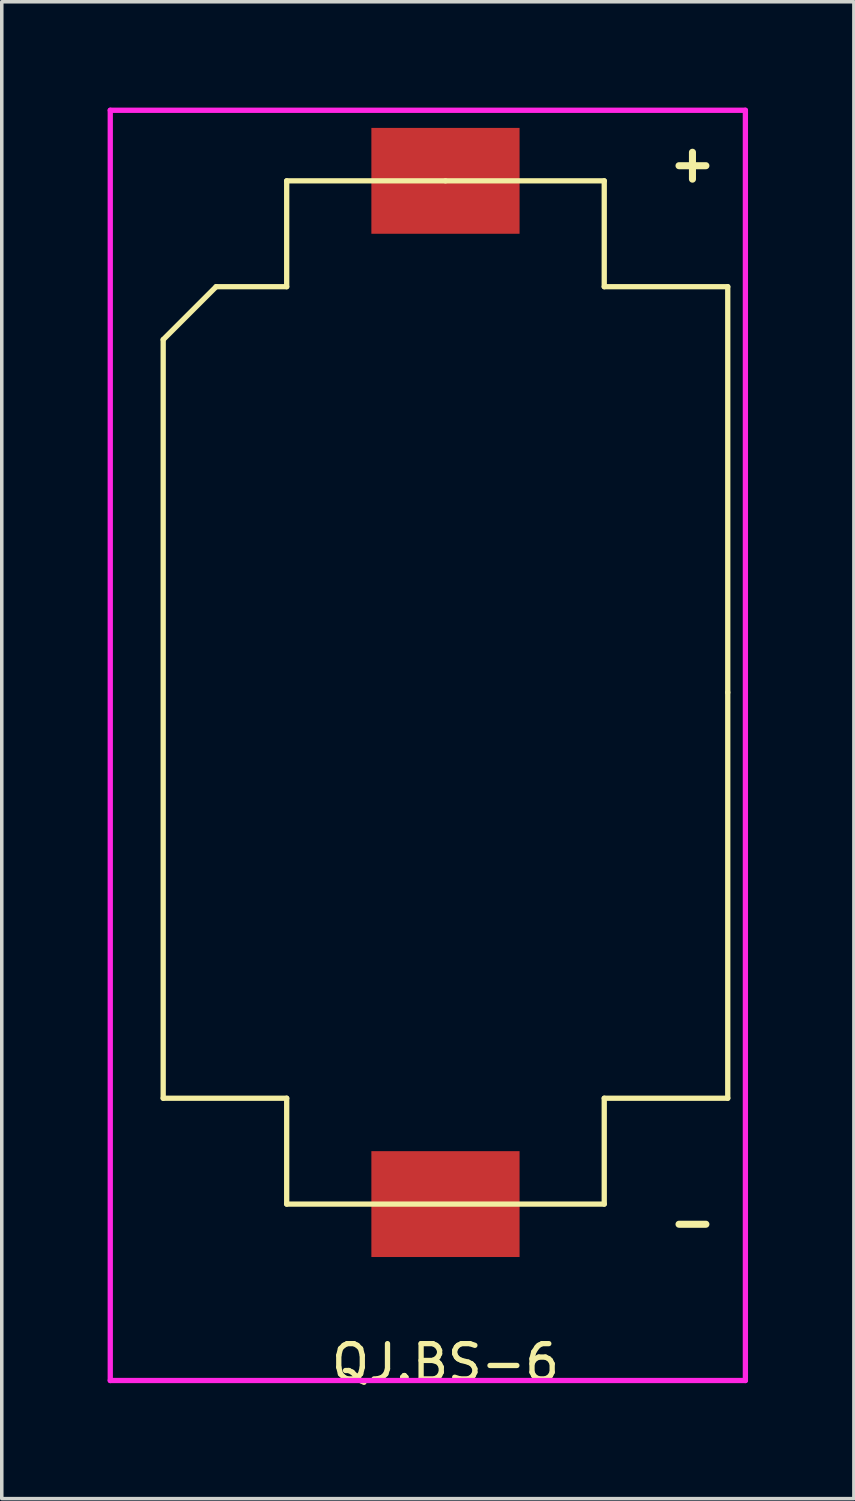
<source format=kicad_pcb>
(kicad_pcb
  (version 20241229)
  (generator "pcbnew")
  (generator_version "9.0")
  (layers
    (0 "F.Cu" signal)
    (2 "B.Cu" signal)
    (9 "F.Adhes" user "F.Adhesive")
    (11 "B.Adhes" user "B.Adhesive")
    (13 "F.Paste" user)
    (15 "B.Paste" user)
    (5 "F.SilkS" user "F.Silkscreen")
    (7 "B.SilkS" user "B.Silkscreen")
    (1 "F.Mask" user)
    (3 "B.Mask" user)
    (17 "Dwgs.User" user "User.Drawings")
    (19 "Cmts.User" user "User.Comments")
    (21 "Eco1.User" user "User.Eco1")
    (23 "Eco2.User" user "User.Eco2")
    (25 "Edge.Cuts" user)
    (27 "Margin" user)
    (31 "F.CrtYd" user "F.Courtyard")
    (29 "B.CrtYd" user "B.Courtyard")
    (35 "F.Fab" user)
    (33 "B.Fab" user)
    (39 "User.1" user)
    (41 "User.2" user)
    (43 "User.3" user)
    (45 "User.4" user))
  (footprint "QJ.BS-6"
    (layer "F.Cu")
    (at 9.575 16.575)
    (property "Reference" "QJ.BS-6" (at 0 19 0) (layer "F.SilkS") (effects (font (size 1 1) (thickness 0.15))))
    (attr through_hole)
    (fp_line (start -8 -10) (end -6.5 -11.5) (stroke (width 0.15) (type solid)) (layer "F.SilkS"))
    (fp_line (start -8 11.5) (end -8 -10) (stroke (width 0.15) (type solid)) (layer "F.SilkS"))
    (fp_line (start -6.5 -11.5) (end -4.5 -11.5) (stroke (width 0.15) (type solid)) (layer "F.SilkS"))
    (fp_line (start -4.5 -14.5) (end 0 -14.5) (stroke (width 0.15) (type solid)) (layer "F.SilkS"))
    (fp_line (start -4.5 -11.5) (end -4.5 -14.5) (stroke (width 0.15) (type solid)) (layer "F.SilkS"))
    (fp_line (start -4.5 11.5) (end -8 11.5) (stroke (width 0.15) (type solid)) (layer "F.SilkS"))
    (fp_line (start -4.5 14.5) (end -4.5 11.5) (stroke (width 0.15) (type solid)) (layer "F.SilkS"))
    (fp_line (start 0 -14.5) (end 4.5 -14.5) (stroke (width 0.15) (type solid)) (layer "F.SilkS"))
    (fp_line (start 4.5 -14.5) (end 4.5 -11.5) (stroke (width 0.15) (type solid)) (layer "F.SilkS"))
    (fp_line (start 4.5 -11.5) (end 8 -11.5) (stroke (width 0.15) (type solid)) (layer "F.SilkS"))
    (fp_line (start 4.5 11.5) (end 4.5 14.5) (stroke (width 0.15) (type solid)) (layer "F.SilkS"))
    (fp_line (start 4.5 14.5) (end -4.5 14.5) (stroke (width 0.15) (type solid)) (layer "F.SilkS"))
    (fp_line (start 8 -11.5) (end 8 0) (stroke (width 0.15) (type solid)) (layer "F.SilkS"))
    (fp_line (start 8 0) (end 8 11.5) (stroke (width 0.15) (type solid)) (layer "F.SilkS"))
    (fp_line (start 8 11.5) (end 4.5 11.5) (stroke (width 0.15) (type solid)) (layer "F.SilkS"))
    (fp_line (start -9.5 -16.5) (end 8.5 -16.5) (stroke (width 0.15) (type solid)) (layer "F.CrtYd"))
    (fp_line (start -9.5 19.5) (end -9.5 -16.5) (stroke (width 0.15) (type solid)) (layer "F.CrtYd"))
    (fp_line (start 8.5 -16.5) (end 8.5 19.5) (stroke (width 0.15) (type solid)) (layer "F.CrtYd"))
    (fp_line (start 8.5 19.5) (end -9.5 19.5) (stroke (width 0.15) (type solid)) (layer "F.CrtYd"))
    (fp_text user "-" (at 7 15 0) (layer "F.SilkS") (effects (font (size 1 1) (thickness 0.2))))
    (fp_text user "+" (at 7 -15 0) (layer "F.SilkS") (effects (font (size 1 1) (thickness 0.2))))
    (pad "1" smd rect (at 0 -14.5) (size 4.2 3) (layers "F.Cu" "F.Mask" "F.Paste"))
    (pad "2" smd rect (at 0 14.5) (size 4.2 3) (layers "F.Cu" "F.Mask" "F.Paste")))
  (gr_rect
    (start -3 -3)
    (end 21.15 39.423)
    (stroke (width 0.1) (type default))
    (fill no)
    (layer "Edge.Cuts")))
</source>
